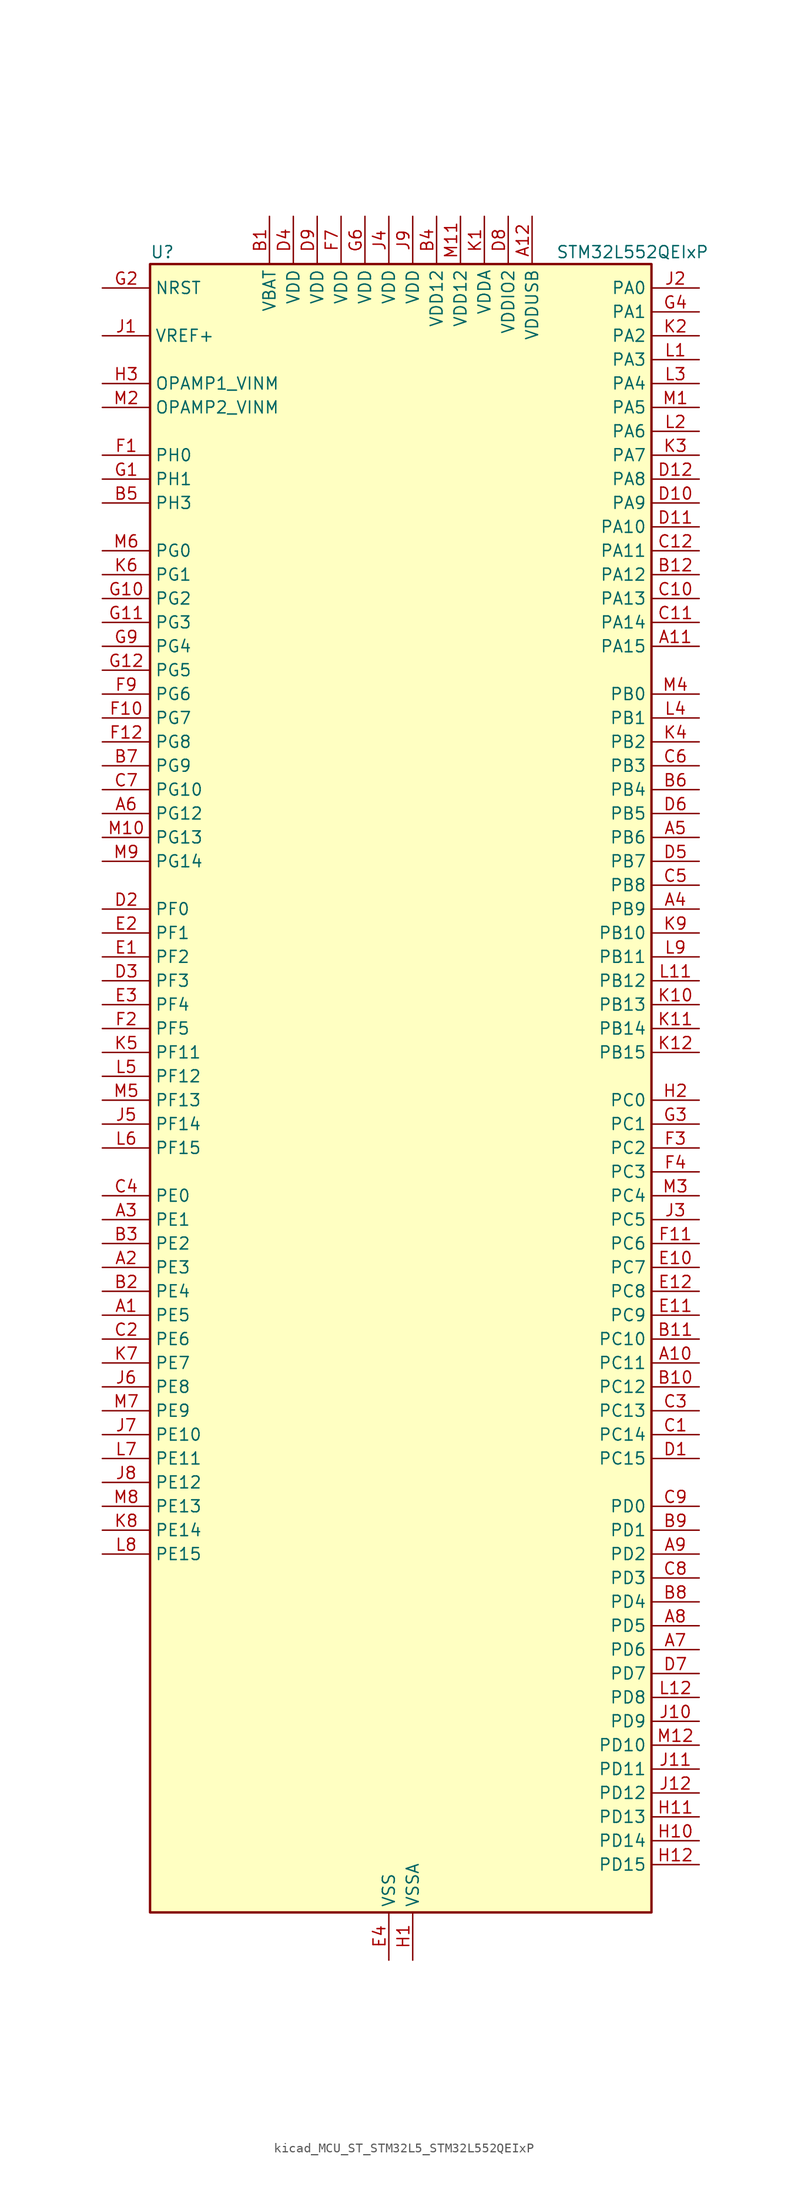
<source format=kicad_sym>
(kicad_symbol_lib
  (version 20220914)
  (generator kicad_symbol_editor)
  (symbol "kicad_MCU_ST_STM32L5_STM32L552QEIxP"
    (property "Reference" "U"
      (at -25.4 90.17 0)
      (effects (font (size 1.27 1.27)) (justify left)))
    (property "Value" "STM32L552QEIxP"
      (at 17.78 90.17 0)
      (effects (font (size 1.27 1.27)) (justify left)))
    (property "ki_locked" ""
      (at 0 0 0)
      (effects (font (size 1.27 1.27))))
    (symbol "kicad_MCU_ST_STM32L5_STM32L552QEIxP_0_1"
      (rectangle (start -25.4 -86.36) (end 27.94 88.9) (stroke (width 0.254) (type default)) (fill (type background))))
    (symbol "kicad_MCU_ST_STM32L5_STM32L552QEIxP_1_1"
      (pin bidirectional line (at -30.48 -22.86 0) (length 5.08) (name "PE5" (effects (font (size 1.27 1.27)))) (number "A1" (effects (font (size 1.27 1.27)))) (alternate "DEBUG_TRACED2" bidirectional line) (alternate "DFSDM1_CKIN3" bidirectional line) (alternate "FMC_A21" bidirectional line) (alternate "SAI1_CK2" bidirectional line) (alternate "SAI1_SCK_A" bidirectional line) (alternate "TIM3_CH3" bidirectional line) (alternate "TSC_G7_IO4" bidirectional line))
      (pin bidirectional line (at 33.02 -27.94 180) (length 5.08) (name "PC11" (effects (font (size 1.27 1.27)))) (number "A10" (effects (font (size 1.27 1.27)))) (alternate "ADC1_EXTI11" bidirectional line) (alternate "ADC2_EXTI11" bidirectional line) (alternate "LPTIM3_IN1" bidirectional line) (alternate "OCTOSPI1_NCS" bidirectional line) (alternate "SAI2_MCLK_B" bidirectional line) (alternate "SDMMC1_D3" bidirectional line) (alternate "SPI3_MISO" bidirectional line) (alternate "TSC_G3_IO3" bidirectional line) (alternate "UART4_RX" bidirectional line) (alternate "UCPD1_FRSTX2" bidirectional line) (alternate "USART3_RX" bidirectional line))
      (pin bidirectional line (at 33.02 48.26 180) (length 5.08) (name "PA15" (effects (font (size 1.27 1.27)))) (number "A11" (effects (font (size 1.27 1.27)))) (alternate "ADC1_EXTI15" bidirectional line) (alternate "ADC2_EXTI15" bidirectional line) (alternate "DEBUG_JTDI" bidirectional line) (alternate "SAI2_FS_B" bidirectional line) (alternate "SPI1_NSS" bidirectional line) (alternate "SPI3_NSS" bidirectional line) (alternate "TIM2_CH1" bidirectional line) (alternate "TIM2_ETR" bidirectional line) (alternate "UART4_DE" bidirectional line) (alternate "UART4_RTS" bidirectional line) (alternate "UCPD1_CC1" bidirectional line) (alternate "USART2_RX" bidirectional line) (alternate "USART3_DE" bidirectional line) (alternate "USART3_RTS" bidirectional line))
      (pin power_in line (at 15.24 93.98 270) (length 5.08) (name "VDDUSB" (effects (font (size 1.27 1.27)))) (number "A12" (effects (font (size 1.27 1.27)))))
      (pin bidirectional line (at -30.48 -17.78 0) (length 5.08) (name "PE3" (effects (font (size 1.27 1.27)))) (number "A2" (effects (font (size 1.27 1.27)))) (alternate "DEBUG_TRACED0" bidirectional line) (alternate "FMC_A19" bidirectional line) (alternate "OCTOSPI1_DQS" bidirectional line) (alternate "SAI1_SD_B" bidirectional line) (alternate "TIM3_CH1" bidirectional line) (alternate "TSC_G7_IO2" bidirectional line))
      (pin bidirectional line (at -30.48 -12.7 0) (length 5.08) (name "PE1" (effects (font (size 1.27 1.27)))) (number "A3" (effects (font (size 1.27 1.27)))) (alternate "FMC_NBL1" bidirectional line) (alternate "TIM17_CH1" bidirectional line))
      (pin bidirectional line (at 33.02 20.32 180) (length 5.08) (name "PB9" (effects (font (size 1.27 1.27)))) (number "A4" (effects (font (size 1.27 1.27)))) (alternate "DAC1_EXTI9" bidirectional line) (alternate "FDCAN1_TX" bidirectional line) (alternate "I2C1_SDA" bidirectional line) (alternate "IR_OUT" bidirectional line) (alternate "SAI1_D2" bidirectional line) (alternate "SAI1_FS_A" bidirectional line) (alternate "SDMMC1_CDIR" bidirectional line) (alternate "SDMMC1_D5" bidirectional line) (alternate "SPI2_NSS" bidirectional line) (alternate "TIM17_CH1" bidirectional line) (alternate "TIM4_CH4" bidirectional line))
      (pin bidirectional line (at 33.02 27.94 180) (length 5.08) (name "PB6" (effects (font (size 1.27 1.27)))) (number "A5" (effects (font (size 1.27 1.27)))) (alternate "COMP2_INP" bidirectional line) (alternate "I2C1_SCL" bidirectional line) (alternate "I2C4_SCL" bidirectional line) (alternate "LPTIM1_ETR" bidirectional line) (alternate "SAI1_FS_B" bidirectional line) (alternate "TIM16_CH1N" bidirectional line) (alternate "TIM4_CH1" bidirectional line) (alternate "TIM8_BKIN2" bidirectional line) (alternate "TSC_G2_IO3" bidirectional line) (alternate "USART1_TX" bidirectional line))
      (pin bidirectional line (at -30.48 30.48 0) (length 5.08) (name "PG12" (effects (font (size 1.27 1.27)))) (number "A6" (effects (font (size 1.27 1.27)))) (alternate "FMC_NE4" bidirectional line) (alternate "LPTIM1_ETR" bidirectional line) (alternate "SAI2_SD_A" bidirectional line) (alternate "SPI3_NSS" bidirectional line) (alternate "USART1_DE" bidirectional line) (alternate "USART1_RTS" bidirectional line))
      (pin bidirectional line (at 33.02 -58.42 180) (length 5.08) (name "PD6" (effects (font (size 1.27 1.27)))) (number "A7" (effects (font (size 1.27 1.27)))) (alternate "DFSDM1_DATIN1" bidirectional line) (alternate "FMC_NWAIT" bidirectional line) (alternate "OCTOSPI1_IO6" bidirectional line) (alternate "SAI1_D1" bidirectional line) (alternate "SAI1_SD_A" bidirectional line) (alternate "SPI3_MOSI" bidirectional line) (alternate "USART2_RX" bidirectional line))
      (pin bidirectional line (at 33.02 -55.88 180) (length 5.08) (name "PD5" (effects (font (size 1.27 1.27)))) (number "A8" (effects (font (size 1.27 1.27)))) (alternate "FMC_NWE" bidirectional line) (alternate "OCTOSPI1_IO5" bidirectional line) (alternate "USART2_TX" bidirectional line))
      (pin bidirectional line (at 33.02 -48.26 180) (length 5.08) (name "PD2" (effects (font (size 1.27 1.27)))) (number "A9" (effects (font (size 1.27 1.27)))) (alternate "DEBUG_TRACED2" bidirectional line) (alternate "SDMMC1_CMD" bidirectional line) (alternate "TIM3_ETR" bidirectional line) (alternate "TSC_SYNC" bidirectional line) (alternate "UART5_RX" bidirectional line) (alternate "USART3_DE" bidirectional line) (alternate "USART3_RTS" bidirectional line))
      (pin power_in line (at -12.7 93.98 270) (length 5.08) (name "VBAT" (effects (font (size 1.27 1.27)))) (number "B1" (effects (font (size 1.27 1.27)))))
      (pin bidirectional line (at 33.02 -30.48 180) (length 5.08) (name "PC12" (effects (font (size 1.27 1.27)))) (number "B10" (effects (font (size 1.27 1.27)))) (alternate "DEBUG_TRACED3" bidirectional line) (alternate "SAI2_SD_B" bidirectional line) (alternate "SDMMC1_CK" bidirectional line) (alternate "SPI3_MOSI" bidirectional line) (alternate "TSC_G3_IO4" bidirectional line) (alternate "UART5_TX" bidirectional line) (alternate "USART3_CK" bidirectional line))
      (pin bidirectional line (at 33.02 -25.4 180) (length 5.08) (name "PC10" (effects (font (size 1.27 1.27)))) (number "B11" (effects (font (size 1.27 1.27)))) (alternate "DEBUG_TRACED1" bidirectional line) (alternate "LPTIM3_ETR" bidirectional line) (alternate "SAI2_SCK_B" bidirectional line) (alternate "SDMMC1_D2" bidirectional line) (alternate "SPI3_SCK" bidirectional line) (alternate "TSC_G3_IO2" bidirectional line) (alternate "UART4_TX" bidirectional line) (alternate "USART3_TX" bidirectional line))
      (pin bidirectional line (at 33.02 55.88 180) (length 5.08) (name "PA12" (effects (font (size 1.27 1.27)))) (number "B12" (effects (font (size 1.27 1.27)))) (alternate "FDCAN1_TX" bidirectional line) (alternate "SPI1_MOSI" bidirectional line) (alternate "TIM1_ETR" bidirectional line) (alternate "USART1_DE" bidirectional line) (alternate "USART1_RTS" bidirectional line) (alternate "USB_DP" bidirectional line))
      (pin bidirectional line (at -30.48 -20.32 0) (length 5.08) (name "PE4" (effects (font (size 1.27 1.27)))) (number "B2" (effects (font (size 1.27 1.27)))) (alternate "DEBUG_TRACED1" bidirectional line) (alternate "DFSDM1_DATIN3" bidirectional line) (alternate "FMC_A20" bidirectional line) (alternate "SAI1_D2" bidirectional line) (alternate "SAI1_FS_A" bidirectional line) (alternate "TIM3_CH2" bidirectional line) (alternate "TSC_G7_IO3" bidirectional line))
      (pin bidirectional line (at -30.48 -15.24 0) (length 5.08) (name "PE2" (effects (font (size 1.27 1.27)))) (number "B3" (effects (font (size 1.27 1.27)))) (alternate "DEBUG_TRACECLK" bidirectional line) (alternate "FMC_A23" bidirectional line) (alternate "SAI1_CK1" bidirectional line) (alternate "SAI1_MCLK_A" bidirectional line) (alternate "TIM3_ETR" bidirectional line) (alternate "TSC_G7_IO1" bidirectional line))
      (pin power_in line (at 5.08 93.98 270) (length 5.08) (name "VDD12" (effects (font (size 1.27 1.27)))) (number "B4" (effects (font (size 1.27 1.27)))))
      (pin bidirectional line (at -30.48 63.5 0) (length 5.08) (name "PH3" (effects (font (size 1.27 1.27)))) (number "B5" (effects (font (size 1.27 1.27)))))
      (pin bidirectional line (at 33.02 33.02 180) (length 5.08) (name "PB4" (effects (font (size 1.27 1.27)))) (number "B6" (effects (font (size 1.27 1.27)))) (alternate "COMP2_INP" bidirectional line) (alternate "DEBUG_JTRST" bidirectional line) (alternate "I2C3_SDA" bidirectional line) (alternate "SAI1_MCLK_B" bidirectional line) (alternate "SPI1_MISO" bidirectional line) (alternate "SPI3_MISO" bidirectional line) (alternate "TIM17_BKIN" bidirectional line) (alternate "TIM3_CH1" bidirectional line) (alternate "TSC_G2_IO1" bidirectional line) (alternate "UART5_DE" bidirectional line) (alternate "UART5_RTS" bidirectional line) (alternate "USART1_CTS" bidirectional line) (alternate "USART1_NSS" bidirectional line))
      (pin bidirectional line (at -30.48 35.56 0) (length 5.08) (name "PG9" (effects (font (size 1.27 1.27)))) (number "B7" (effects (font (size 1.27 1.27)))) (alternate "DAC1_EXTI9" bidirectional line) (alternate "FMC_NCE" bidirectional line) (alternate "FMC_NE2" bidirectional line) (alternate "SAI2_SCK_A" bidirectional line) (alternate "SPI3_SCK" bidirectional line) (alternate "TIM15_CH1N" bidirectional line) (alternate "USART1_TX" bidirectional line))
      (pin bidirectional line (at 33.02 -53.34 180) (length 5.08) (name "PD4" (effects (font (size 1.27 1.27)))) (number "B8" (effects (font (size 1.27 1.27)))) (alternate "DFSDM1_CKIN0" bidirectional line) (alternate "FMC_NOE" bidirectional line) (alternate "OCTOSPI1_IO4" bidirectional line) (alternate "SPI2_MOSI" bidirectional line) (alternate "USART2_DE" bidirectional line) (alternate "USART2_RTS" bidirectional line))
      (pin bidirectional line (at 33.02 -45.72 180) (length 5.08) (name "PD1" (effects (font (size 1.27 1.27)))) (number "B9" (effects (font (size 1.27 1.27)))) (alternate "FDCAN1_TX" bidirectional line) (alternate "FMC_D3" bidirectional line) (alternate "FMC_DA3" bidirectional line) (alternate "SPI2_SCK" bidirectional line))
      (pin bidirectional line (at 33.02 -35.56 180) (length 5.08) (name "PC14" (effects (font (size 1.27 1.27)))) (number "C1" (effects (font (size 1.27 1.27)))) (alternate "RCC_OSC32_IN" bidirectional line))
      (pin bidirectional line (at 33.02 53.34 180) (length 5.08) (name "PA13" (effects (font (size 1.27 1.27)))) (number "C10" (effects (font (size 1.27 1.27)))) (alternate "DEBUG_JTMS-SWDIO" bidirectional line) (alternate "IR_OUT" bidirectional line) (alternate "SAI1_SD_B" bidirectional line) (alternate "USB_NOE" bidirectional line))
      (pin bidirectional line (at 33.02 50.8 180) (length 5.08) (name "PA14" (effects (font (size 1.27 1.27)))) (number "C11" (effects (font (size 1.27 1.27)))) (alternate "DEBUG_JTCK-SWCLK" bidirectional line) (alternate "I2C1_SMBA" bidirectional line) (alternate "I2C4_SMBA" bidirectional line) (alternate "LPTIM1_OUT" bidirectional line) (alternate "SAI1_FS_B" bidirectional line))
      (pin bidirectional line (at 33.02 58.42 180) (length 5.08) (name "PA11" (effects (font (size 1.27 1.27)))) (number "C12" (effects (font (size 1.27 1.27)))) (alternate "ADC1_EXTI11" bidirectional line) (alternate "ADC2_EXTI11" bidirectional line) (alternate "FDCAN1_RX" bidirectional line) (alternate "SPI1_MISO" bidirectional line) (alternate "TIM1_BKIN2" bidirectional line) (alternate "TIM1_CH4" bidirectional line) (alternate "USART1_CTS" bidirectional line) (alternate "USART1_NSS" bidirectional line) (alternate "USB_DM" bidirectional line))
      (pin bidirectional line (at -30.48 -25.4 0) (length 5.08) (name "PE6" (effects (font (size 1.27 1.27)))) (number "C2" (effects (font (size 1.27 1.27)))) (alternate "DEBUG_TRACED3" bidirectional line) (alternate "FMC_A22" bidirectional line) (alternate "PWR_WKUP3" bidirectional line) (alternate "SAI1_D1" bidirectional line) (alternate "SAI1_SD_A" bidirectional line) (alternate "TAMP_IN3" bidirectional line) (alternate "TAMP_OUT6" bidirectional line) (alternate "TIM3_CH4" bidirectional line))
      (pin bidirectional line (at 33.02 -33.02 180) (length 5.08) (name "PC13" (effects (font (size 1.27 1.27)))) (number "C3" (effects (font (size 1.27 1.27)))) (alternate "PWR_WKUP2" bidirectional line) (alternate "RTC_OUT1" bidirectional line) (alternate "RTC_TS" bidirectional line) (alternate "TAMP_IN1" bidirectional line) (alternate "TAMP_OUT2" bidirectional line))
      (pin bidirectional line (at -30.48 -10.16 0) (length 5.08) (name "PE0" (effects (font (size 1.27 1.27)))) (number "C4" (effects (font (size 1.27 1.27)))) (alternate "FMC_NBL0" bidirectional line) (alternate "TIM16_CH1" bidirectional line) (alternate "TIM4_ETR" bidirectional line))
      (pin bidirectional line (at 33.02 22.86 180) (length 5.08) (name "PB8" (effects (font (size 1.27 1.27)))) (number "C5" (effects (font (size 1.27 1.27)))) (alternate "DFSDM1_CKOUT" bidirectional line) (alternate "FDCAN1_RX" bidirectional line) (alternate "I2C1_SCL" bidirectional line) (alternate "SAI1_CK1" bidirectional line) (alternate "SAI1_MCLK_A" bidirectional line) (alternate "SDMMC1_CKIN" bidirectional line) (alternate "SDMMC1_D4" bidirectional line) (alternate "TIM16_CH1" bidirectional line) (alternate "TIM4_CH3" bidirectional line))
      (pin bidirectional line (at 33.02 35.56 180) (length 5.08) (name "PB3" (effects (font (size 1.27 1.27)))) (number "C6" (effects (font (size 1.27 1.27)))) (alternate "COMP2_INM" bidirectional line) (alternate "CRS_SYNC" bidirectional line) (alternate "DEBUG_JTDO-SWO" bidirectional line) (alternate "SAI1_SCK_B" bidirectional line) (alternate "SPI1_SCK" bidirectional line) (alternate "SPI3_SCK" bidirectional line) (alternate "TIM2_CH2" bidirectional line) (alternate "USART1_DE" bidirectional line) (alternate "USART1_RTS" bidirectional line))
      (pin bidirectional line (at -30.48 33.02 0) (length 5.08) (name "PG10" (effects (font (size 1.27 1.27)))) (number "C7" (effects (font (size 1.27 1.27)))) (alternate "FMC_NE3" bidirectional line) (alternate "LPTIM1_IN1" bidirectional line) (alternate "SAI2_FS_A" bidirectional line) (alternate "SPI3_MISO" bidirectional line) (alternate "TIM15_CH1" bidirectional line) (alternate "USART1_RX" bidirectional line))
      (pin bidirectional line (at 33.02 -50.8 180) (length 5.08) (name "PD3" (effects (font (size 1.27 1.27)))) (number "C8" (effects (font (size 1.27 1.27)))) (alternate "DFSDM1_DATIN0" bidirectional line) (alternate "FMC_CLK" bidirectional line) (alternate "SPI2_MISO" bidirectional line) (alternate "SPI2_SCK" bidirectional line) (alternate "USART2_CTS" bidirectional line) (alternate "USART2_NSS" bidirectional line))
      (pin bidirectional line (at 33.02 -43.18 180) (length 5.08) (name "PD0" (effects (font (size 1.27 1.27)))) (number "C9" (effects (font (size 1.27 1.27)))) (alternate "FDCAN1_RX" bidirectional line) (alternate "FMC_D2" bidirectional line) (alternate "FMC_DA2" bidirectional line) (alternate "SPI2_NSS" bidirectional line))
      (pin bidirectional line (at 33.02 -38.1 180) (length 5.08) (name "PC15" (effects (font (size 1.27 1.27)))) (number "D1" (effects (font (size 1.27 1.27)))) (alternate "ADC1_EXTI15" bidirectional line) (alternate "ADC2_EXTI15" bidirectional line) (alternate "RCC_OSC32_OUT" bidirectional line))
      (pin bidirectional line (at 33.02 63.5 180) (length 5.08) (name "PA9" (effects (font (size 1.27 1.27)))) (number "D10" (effects (font (size 1.27 1.27)))) (alternate "DAC1_EXTI9" bidirectional line) (alternate "SAI1_FS_A" bidirectional line) (alternate "SPI2_SCK" bidirectional line) (alternate "TIM15_BKIN" bidirectional line) (alternate "TIM1_CH2" bidirectional line) (alternate "USART1_TX" bidirectional line))
      (pin bidirectional line (at 33.02 60.96 180) (length 5.08) (name "PA10" (effects (font (size 1.27 1.27)))) (number "D11" (effects (font (size 1.27 1.27)))) (alternate "CRS_SYNC" bidirectional line) (alternate "SAI1_D1" bidirectional line) (alternate "SAI1_SD_A" bidirectional line) (alternate "TIM17_BKIN" bidirectional line) (alternate "TIM1_CH3" bidirectional line) (alternate "USART1_RX" bidirectional line))
      (pin bidirectional line (at 33.02 66.04 180) (length 5.08) (name "PA8" (effects (font (size 1.27 1.27)))) (number "D12" (effects (font (size 1.27 1.27)))) (alternate "LPTIM2_OUT" bidirectional line) (alternate "RCC_MCO" bidirectional line) (alternate "SAI1_CK2" bidirectional line) (alternate "SAI1_SCK_A" bidirectional line) (alternate "TIM1_CH1" bidirectional line) (alternate "USART1_CK" bidirectional line))
      (pin bidirectional line (at -30.48 20.32 0) (length 5.08) (name "PF0" (effects (font (size 1.27 1.27)))) (number "D2" (effects (font (size 1.27 1.27)))) (alternate "FMC_A0" bidirectional line) (alternate "I2C2_SDA" bidirectional line))
      (pin bidirectional line (at -30.48 12.7 0) (length 5.08) (name "PF3" (effects (font (size 1.27 1.27)))) (number "D3" (effects (font (size 1.27 1.27)))) (alternate "FMC_A3" bidirectional line) (alternate "LPTIM3_IN1" bidirectional line))
      (pin power_in line (at -10.16 93.98 270) (length 5.08) (name "VDD" (effects (font (size 1.27 1.27)))) (number "D4" (effects (font (size 1.27 1.27)))))
      (pin bidirectional line (at 33.02 25.4 180) (length 5.08) (name "PB7" (effects (font (size 1.27 1.27)))) (number "D5" (effects (font (size 1.27 1.27)))) (alternate "COMP2_INM" bidirectional line) (alternate "FMC_NL" bidirectional line) (alternate "I2C1_SDA" bidirectional line) (alternate "I2C4_SDA" bidirectional line) (alternate "LPTIM1_IN2" bidirectional line) (alternate "PWR_PVD_IN" bidirectional line) (alternate "TIM17_CH1N" bidirectional line) (alternate "TIM4_CH2" bidirectional line) (alternate "TIM8_BKIN" bidirectional line) (alternate "TSC_G2_IO4" bidirectional line) (alternate "UART4_CTS" bidirectional line) (alternate "USART1_RX" bidirectional line))
      (pin bidirectional line (at 33.02 30.48 180) (length 5.08) (name "PB5" (effects (font (size 1.27 1.27)))) (number "D6" (effects (font (size 1.27 1.27)))) (alternate "COMP2_OUT" bidirectional line) (alternate "I2C1_SMBA" bidirectional line) (alternate "LPTIM1_IN1" bidirectional line) (alternate "OCTOSPI1_NCLK" bidirectional line) (alternate "SAI1_SD_B" bidirectional line) (alternate "SPI1_MOSI" bidirectional line) (alternate "SPI3_MOSI" bidirectional line) (alternate "TIM16_BKIN" bidirectional line) (alternate "TIM3_CH2" bidirectional line) (alternate "TSC_G2_IO2" bidirectional line) (alternate "UART5_CTS" bidirectional line) (alternate "UCPD1_DBCC1" bidirectional line) (alternate "USART1_CK" bidirectional line))
      (pin bidirectional line (at 33.02 -60.96 180) (length 5.08) (name "PD7" (effects (font (size 1.27 1.27)))) (number "D7" (effects (font (size 1.27 1.27)))) (alternate "DFSDM1_CKIN1" bidirectional line) (alternate "FMC_NCE" bidirectional line) (alternate "FMC_NE1" bidirectional line) (alternate "OCTOSPI1_IO7" bidirectional line) (alternate "USART2_CK" bidirectional line))
      (pin power_in line (at 12.7 93.98 270) (length 5.08) (name "VDDIO2" (effects (font (size 1.27 1.27)))) (number "D8" (effects (font (size 1.27 1.27)))))
      (pin power_in line (at -7.62 93.98 270) (length 5.08) (name "VDD" (effects (font (size 1.27 1.27)))) (number "D9" (effects (font (size 1.27 1.27)))))
      (pin bidirectional line (at -30.48 15.24 0) (length 5.08) (name "PF2" (effects (font (size 1.27 1.27)))) (number "E1" (effects (font (size 1.27 1.27)))) (alternate "FMC_A2" bidirectional line) (alternate "I2C2_SMBA" bidirectional line))
      (pin bidirectional line (at 33.02 -17.78 180) (length 5.08) (name "PC7" (effects (font (size 1.27 1.27)))) (number "E10" (effects (font (size 1.27 1.27)))) (alternate "DFSDM1_DATIN3" bidirectional line) (alternate "SAI2_MCLK_B" bidirectional line) (alternate "SDMMC1_D123DIR" bidirectional line) (alternate "SDMMC1_D7" bidirectional line) (alternate "TIM3_CH2" bidirectional line) (alternate "TIM8_CH2" bidirectional line) (alternate "TSC_G4_IO2" bidirectional line))
      (pin bidirectional line (at 33.02 -22.86 180) (length 5.08) (name "PC9" (effects (font (size 1.27 1.27)))) (number "E11" (effects (font (size 1.27 1.27)))) (alternate "DAC1_EXTI9" bidirectional line) (alternate "DEBUG_TRACED0" bidirectional line) (alternate "SAI2_EXTCLK" bidirectional line) (alternate "SDMMC1_D1" bidirectional line) (alternate "TIM3_CH4" bidirectional line) (alternate "TIM8_BKIN2" bidirectional line) (alternate "TIM8_CH4" bidirectional line) (alternate "TSC_G4_IO4" bidirectional line) (alternate "USB_NOE" bidirectional line))
      (pin bidirectional line (at 33.02 -20.32 180) (length 5.08) (name "PC8" (effects (font (size 1.27 1.27)))) (number "E12" (effects (font (size 1.27 1.27)))) (alternate "SDMMC1_D0" bidirectional line) (alternate "TIM3_CH3" bidirectional line) (alternate "TIM8_CH3" bidirectional line) (alternate "TSC_G4_IO3" bidirectional line))
      (pin bidirectional line (at -30.48 17.78 0) (length 5.08) (name "PF1" (effects (font (size 1.27 1.27)))) (number "E2" (effects (font (size 1.27 1.27)))) (alternate "FMC_A1" bidirectional line) (alternate "I2C2_SCL" bidirectional line))
      (pin bidirectional line (at -30.48 10.16 0) (length 5.08) (name "PF4" (effects (font (size 1.27 1.27)))) (number "E3" (effects (font (size 1.27 1.27)))) (alternate "FMC_A4" bidirectional line) (alternate "LPTIM3_ETR" bidirectional line))
      (pin power_in line (at 0 -91.44 90) (length 5.08) (name "VSS" (effects (font (size 1.27 1.27)))) (number "E4" (effects (font (size 1.27 1.27)))))
      (pin passive line (at 0 -91.44 90) (length 5.08) hide (name "VSS" (effects (font (size 1.27 1.27)))) (number "E9" (effects (font (size 1.27 1.27)))))
      (pin bidirectional line (at -30.48 68.58 0) (length 5.08) (name "PH0" (effects (font (size 1.27 1.27)))) (number "F1" (effects (font (size 1.27 1.27)))) (alternate "RCC_OSC_IN" bidirectional line))
      (pin bidirectional line (at -30.48 40.64 0) (length 5.08) (name "PG7" (effects (font (size 1.27 1.27)))) (number "F10" (effects (font (size 1.27 1.27)))) (alternate "DFSDM1_CKOUT" bidirectional line) (alternate "FMC_INT" bidirectional line) (alternate "I2C3_SCL" bidirectional line) (alternate "LPUART1_TX" bidirectional line) (alternate "SAI1_CK1" bidirectional line) (alternate "SAI1_MCLK_A" bidirectional line) (alternate "UCPD1_FRSTX2" bidirectional line))
      (pin bidirectional line (at 33.02 -15.24 180) (length 5.08) (name "PC6" (effects (font (size 1.27 1.27)))) (number "F11" (effects (font (size 1.27 1.27)))) (alternate "DFSDM1_CKIN3" bidirectional line) (alternate "SAI2_MCLK_A" bidirectional line) (alternate "SDMMC1_D0DIR" bidirectional line) (alternate "SDMMC1_D6" bidirectional line) (alternate "TIM3_CH1" bidirectional line) (alternate "TIM8_CH1" bidirectional line) (alternate "TSC_G4_IO1" bidirectional line))
      (pin bidirectional line (at -30.48 38.1 0) (length 5.08) (name "PG8" (effects (font (size 1.27 1.27)))) (number "F12" (effects (font (size 1.27 1.27)))) (alternate "I2C3_SDA" bidirectional line) (alternate "LPUART1_RX" bidirectional line))
      (pin bidirectional line (at -30.48 7.62 0) (length 5.08) (name "PF5" (effects (font (size 1.27 1.27)))) (number "F2" (effects (font (size 1.27 1.27)))) (alternate "FMC_A5" bidirectional line) (alternate "LPTIM3_OUT" bidirectional line))
      (pin bidirectional line (at 33.02 -5.08 180) (length 5.08) (name "PC2" (effects (font (size 1.27 1.27)))) (number "F3" (effects (font (size 1.27 1.27)))) (alternate "ADC1_IN3" bidirectional line) (alternate "ADC2_IN3" bidirectional line) (alternate "DFSDM1_CKOUT" bidirectional line) (alternate "LPTIM1_IN2" bidirectional line) (alternate "OCTOSPI1_IO5" bidirectional line) (alternate "SPI2_MISO" bidirectional line))
      (pin bidirectional line (at 33.02 -7.62 180) (length 5.08) (name "PC3" (effects (font (size 1.27 1.27)))) (number "F4" (effects (font (size 1.27 1.27)))) (alternate "ADC1_IN4" bidirectional line) (alternate "ADC2_IN4" bidirectional line) (alternate "LPTIM1_ETR" bidirectional line) (alternate "LPTIM2_ETR" bidirectional line) (alternate "LPTIM3_OUT" bidirectional line) (alternate "OCTOSPI1_IO6" bidirectional line) (alternate "SAI1_D1" bidirectional line) (alternate "SAI1_SD_A" bidirectional line) (alternate "SPI2_MOSI" bidirectional line))
      (pin passive line (at 0 -91.44 90) (length 5.08) hide (name "VSS" (effects (font (size 1.27 1.27)))) (number "F6" (effects (font (size 1.27 1.27)))))
      (pin power_in line (at -5.08 93.98 270) (length 5.08) (name "VDD" (effects (font (size 1.27 1.27)))) (number "F7" (effects (font (size 1.27 1.27)))))
      (pin bidirectional line (at -30.48 43.18 0) (length 5.08) (name "PG6" (effects (font (size 1.27 1.27)))) (number "F9" (effects (font (size 1.27 1.27)))) (alternate "I2C3_SMBA" bidirectional line) (alternate "LPUART1_DE" bidirectional line) (alternate "LPUART1_RTS" bidirectional line) (alternate "OCTOSPI1_DQS" bidirectional line) (alternate "UCPD1_FRSTX1" bidirectional line))
      (pin bidirectional line (at -30.48 66.04 0) (length 5.08) (name "PH1" (effects (font (size 1.27 1.27)))) (number "G1" (effects (font (size 1.27 1.27)))) (alternate "RCC_OSC_OUT" bidirectional line))
      (pin bidirectional line (at -30.48 53.34 0) (length 5.08) (name "PG2" (effects (font (size 1.27 1.27)))) (number "G10" (effects (font (size 1.27 1.27)))) (alternate "FMC_A12" bidirectional line) (alternate "SAI2_SCK_B" bidirectional line) (alternate "SPI1_SCK" bidirectional line))
      (pin bidirectional line (at -30.48 50.8 0) (length 5.08) (name "PG3" (effects (font (size 1.27 1.27)))) (number "G11" (effects (font (size 1.27 1.27)))) (alternate "FMC_A13" bidirectional line) (alternate "SAI2_FS_B" bidirectional line) (alternate "SPI1_MISO" bidirectional line))
      (pin bidirectional line (at -30.48 45.72 0) (length 5.08) (name "PG5" (effects (font (size 1.27 1.27)))) (number "G12" (effects (font (size 1.27 1.27)))) (alternate "FMC_A15" bidirectional line) (alternate "LPUART1_CTS" bidirectional line) (alternate "SAI2_SD_B" bidirectional line) (alternate "SPI1_NSS" bidirectional line))
      (pin input line (at -30.48 86.36 0) (length 5.08) (name "NRST" (effects (font (size 1.27 1.27)))) (number "G2" (effects (font (size 1.27 1.27)))))
      (pin bidirectional line (at 33.02 -2.54 180) (length 5.08) (name "PC1" (effects (font (size 1.27 1.27)))) (number "G3" (effects (font (size 1.27 1.27)))) (alternate "ADC1_IN2" bidirectional line) (alternate "ADC2_IN2" bidirectional line) (alternate "DEBUG_TRACED0" bidirectional line) (alternate "I2C3_SDA" bidirectional line) (alternate "LPTIM1_OUT" bidirectional line) (alternate "LPUART1_TX" bidirectional line) (alternate "OCTOSPI1_IO4" bidirectional line) (alternate "SAI1_SD_A" bidirectional line) (alternate "SPI2_MOSI" bidirectional line))
      (pin bidirectional line (at 33.02 83.82 180) (length 5.08) (name "PA1" (effects (font (size 1.27 1.27)))) (number "G4" (effects (font (size 1.27 1.27)))) (alternate "ADC1_IN6" bidirectional line) (alternate "ADC2_IN6" bidirectional line) (alternate "I2C1_SMBA" bidirectional line) (alternate "OCTOSPI1_DQS" bidirectional line) (alternate "OPAMP1_VINM" bidirectional line) (alternate "SPI1_SCK" bidirectional line) (alternate "TAMP_IN5" bidirectional line) (alternate "TAMP_OUT4" bidirectional line) (alternate "TIM15_CH1N" bidirectional line) (alternate "TIM2_CH2" bidirectional line) (alternate "TIM5_CH2" bidirectional line) (alternate "UART4_RX" bidirectional line) (alternate "USART2_DE" bidirectional line) (alternate "USART2_RTS" bidirectional line))
      (pin power_in line (at -2.54 93.98 270) (length 5.08) (name "VDD" (effects (font (size 1.27 1.27)))) (number "G6" (effects (font (size 1.27 1.27)))))
      (pin passive line (at 0 -91.44 90) (length 5.08) hide (name "VSS" (effects (font (size 1.27 1.27)))) (number "G7" (effects (font (size 1.27 1.27)))))
      (pin bidirectional line (at -30.48 48.26 0) (length 5.08) (name "PG4" (effects (font (size 1.27 1.27)))) (number "G9" (effects (font (size 1.27 1.27)))) (alternate "FMC_A14" bidirectional line) (alternate "SAI2_MCLK_B" bidirectional line) (alternate "SPI1_MOSI" bidirectional line))
      (pin power_in line (at 2.54 -91.44 90) (length 5.08) (name "VSSA" (effects (font (size 1.27 1.27)))) (number "H1" (effects (font (size 1.27 1.27)))))
      (pin bidirectional line (at 33.02 -78.74 180) (length 5.08) (name "PD14" (effects (font (size 1.27 1.27)))) (number "H10" (effects (font (size 1.27 1.27)))) (alternate "FMC_D0" bidirectional line) (alternate "FMC_DA0" bidirectional line) (alternate "TIM4_CH3" bidirectional line))
      (pin bidirectional line (at 33.02 -76.2 180) (length 5.08) (name "PD13" (effects (font (size 1.27 1.27)))) (number "H11" (effects (font (size 1.27 1.27)))) (alternate "FMC_A18" bidirectional line) (alternate "I2C4_SDA" bidirectional line) (alternate "LPTIM2_OUT" bidirectional line) (alternate "TIM4_CH2" bidirectional line) (alternate "TSC_G6_IO4" bidirectional line))
      (pin bidirectional line (at 33.02 -81.28 180) (length 5.08) (name "PD15" (effects (font (size 1.27 1.27)))) (number "H12" (effects (font (size 1.27 1.27)))) (alternate "ADC1_EXTI15" bidirectional line) (alternate "ADC2_EXTI15" bidirectional line) (alternate "FMC_D1" bidirectional line) (alternate "FMC_DA1" bidirectional line) (alternate "TIM4_CH4" bidirectional line))
      (pin bidirectional line (at 33.02 0 180) (length 5.08) (name "PC0" (effects (font (size 1.27 1.27)))) (number "H2" (effects (font (size 1.27 1.27)))) (alternate "ADC1_IN1" bidirectional line) (alternate "ADC2_IN1" bidirectional line) (alternate "I2C3_SCL" bidirectional line) (alternate "LPTIM1_IN1" bidirectional line) (alternate "LPTIM2_IN1" bidirectional line) (alternate "LPUART1_RX" bidirectional line) (alternate "OCTOSPI1_IO7" bidirectional line) (alternate "SAI2_FS_A" bidirectional line) (alternate "SDMMC1_D5" bidirectional line))
      (pin bidirectional line (at -30.48 76.2 0) (length 5.08) (name "OPAMP1_VINM" (effects (font (size 1.27 1.27)))) (number "H3" (effects (font (size 1.27 1.27)))) (alternate "OPAMP1_VINM" bidirectional line))
      (pin passive line (at 0 -91.44 90) (length 5.08) hide (name "VSS" (effects (font (size 1.27 1.27)))) (number "H4" (effects (font (size 1.27 1.27)))))
      (pin passive line (at 0 -91.44 90) (length 5.08) hide (name "VSS" (effects (font (size 1.27 1.27)))) (number "H9" (effects (font (size 1.27 1.27)))))
      (pin input line (at -30.48 81.28 0) (length 5.08) (name "VREF+" (effects (font (size 1.27 1.27)))) (number "J1" (effects (font (size 1.27 1.27)))))
      (pin bidirectional line (at 33.02 -66.04 180) (length 5.08) (name "PD9" (effects (font (size 1.27 1.27)))) (number "J10" (effects (font (size 1.27 1.27)))) (alternate "DAC1_EXTI9" bidirectional line) (alternate "FMC_D14" bidirectional line) (alternate "FMC_DA14" bidirectional line) (alternate "SAI2_MCLK_A" bidirectional line) (alternate "USART3_RX" bidirectional line))
      (pin bidirectional line (at 33.02 -71.12 180) (length 5.08) (name "PD11" (effects (font (size 1.27 1.27)))) (number "J11" (effects (font (size 1.27 1.27)))) (alternate "ADC1_EXTI11" bidirectional line) (alternate "ADC2_EXTI11" bidirectional line) (alternate "FMC_A16" bidirectional line) (alternate "FMC_CLE" bidirectional line) (alternate "I2C4_SMBA" bidirectional line) (alternate "LPTIM2_ETR" bidirectional line) (alternate "SAI2_SD_A" bidirectional line) (alternate "TSC_G6_IO2" bidirectional line) (alternate "USART3_CTS" bidirectional line) (alternate "USART3_NSS" bidirectional line))
      (pin bidirectional line (at 33.02 -73.66 180) (length 5.08) (name "PD12" (effects (font (size 1.27 1.27)))) (number "J12" (effects (font (size 1.27 1.27)))) (alternate "FMC_A17" bidirectional line) (alternate "FMC_ALE" bidirectional line) (alternate "I2C4_SCL" bidirectional line) (alternate "LPTIM2_IN1" bidirectional line) (alternate "SAI2_FS_A" bidirectional line) (alternate "TIM4_CH1" bidirectional line) (alternate "TSC_G6_IO3" bidirectional line) (alternate "USART3_DE" bidirectional line) (alternate "USART3_RTS" bidirectional line))
      (pin bidirectional line (at 33.02 86.36 180) (length 5.08) (name "PA0" (effects (font (size 1.27 1.27)))) (number "J2" (effects (font (size 1.27 1.27)))) (alternate "ADC1_IN5" bidirectional line) (alternate "ADC2_IN5" bidirectional line) (alternate "OPAMP1_VINP" bidirectional line) (alternate "PWR_WKUP1" bidirectional line) (alternate "SAI1_EXTCLK" bidirectional line) (alternate "TAMP_IN2" bidirectional line) (alternate "TAMP_OUT1" bidirectional line) (alternate "TIM2_CH1" bidirectional line) (alternate "TIM2_ETR" bidirectional line) (alternate "TIM5_CH1" bidirectional line) (alternate "TIM8_ETR" bidirectional line) (alternate "UART4_TX" bidirectional line) (alternate "USART2_CTS" bidirectional line) (alternate "USART2_NSS" bidirectional line))
      (pin bidirectional line (at 33.02 -12.7 180) (length 5.08) (name "PC5" (effects (font (size 1.27 1.27)))) (number "J3" (effects (font (size 1.27 1.27)))) (alternate "ADC1_IN14" bidirectional line) (alternate "ADC2_IN14" bidirectional line) (alternate "COMP1_INP" bidirectional line) (alternate "PWR_WKUP5" bidirectional line) (alternate "SAI1_D3" bidirectional line) (alternate "TAMP_IN4" bidirectional line) (alternate "TAMP_OUT5" bidirectional line) (alternate "USART3_RX" bidirectional line))
      (pin power_in line (at 0 93.98 270) (length 5.08) (name "VDD" (effects (font (size 1.27 1.27)))) (number "J4" (effects (font (size 1.27 1.27)))))
      (pin bidirectional line (at -30.48 -2.54 0) (length 5.08) (name "PF14" (effects (font (size 1.27 1.27)))) (number "J5" (effects (font (size 1.27 1.27)))) (alternate "FMC_A8" bidirectional line) (alternate "I2C4_SCL" bidirectional line) (alternate "TSC_G8_IO1" bidirectional line))
      (pin bidirectional line (at -30.48 -30.48 0) (length 5.08) (name "PE8" (effects (font (size 1.27 1.27)))) (number "J6" (effects (font (size 1.27 1.27)))) (alternate "DFSDM1_CKIN2" bidirectional line) (alternate "FMC_D5" bidirectional line) (alternate "FMC_DA5" bidirectional line) (alternate "SAI1_SCK_B" bidirectional line) (alternate "TIM1_CH1N" bidirectional line))
      (pin bidirectional line (at -30.48 -35.56 0) (length 5.08) (name "PE10" (effects (font (size 1.27 1.27)))) (number "J7" (effects (font (size 1.27 1.27)))) (alternate "FMC_D7" bidirectional line) (alternate "FMC_DA7" bidirectional line) (alternate "OCTOSPI1_CLK" bidirectional line) (alternate "SAI1_MCLK_B" bidirectional line) (alternate "TIM1_CH2N" bidirectional line) (alternate "TSC_G5_IO1" bidirectional line))
      (pin bidirectional line (at -30.48 -40.64 0) (length 5.08) (name "PE12" (effects (font (size 1.27 1.27)))) (number "J8" (effects (font (size 1.27 1.27)))) (alternate "FMC_D9" bidirectional line) (alternate "FMC_DA9" bidirectional line) (alternate "OCTOSPI1_IO0" bidirectional line) (alternate "SPI1_NSS" bidirectional line) (alternate "TIM1_CH3N" bidirectional line) (alternate "TSC_G5_IO3" bidirectional line))
      (pin power_in line (at 2.54 93.98 270) (length 5.08) (name "VDD" (effects (font (size 1.27 1.27)))) (number "J9" (effects (font (size 1.27 1.27)))))
      (pin power_in line (at 10.16 93.98 270) (length 5.08) (name "VDDA" (effects (font (size 1.27 1.27)))) (number "K1" (effects (font (size 1.27 1.27)))))
      (pin bidirectional line (at 33.02 10.16 180) (length 5.08) (name "PB13" (effects (font (size 1.27 1.27)))) (number "K10" (effects (font (size 1.27 1.27)))) (alternate "DFSDM1_CKIN1" bidirectional line) (alternate "I2C2_SCL" bidirectional line) (alternate "LPTIM3_IN1" bidirectional line) (alternate "LPUART1_CTS" bidirectional line) (alternate "SAI2_SCK_A" bidirectional line) (alternate "SPI2_SCK" bidirectional line) (alternate "TIM15_CH1N" bidirectional line) (alternate "TIM1_CH1N" bidirectional line) (alternate "TSC_G1_IO2" bidirectional line) (alternate "UCPD1_FRSTX2" bidirectional line) (alternate "USART3_CTS" bidirectional line) (alternate "USART3_NSS" bidirectional line))
      (pin bidirectional line (at 33.02 7.62 180) (length 5.08) (name "PB14" (effects (font (size 1.27 1.27)))) (number "K11" (effects (font (size 1.27 1.27)))) (alternate "DFSDM1_DATIN2" bidirectional line) (alternate "I2C2_SDA" bidirectional line) (alternate "LPTIM3_ETR" bidirectional line) (alternate "SAI2_MCLK_A" bidirectional line) (alternate "SPI2_MISO" bidirectional line) (alternate "TIM15_CH1" bidirectional line) (alternate "TIM1_CH2N" bidirectional line) (alternate "TIM8_CH2N" bidirectional line) (alternate "TSC_G1_IO3" bidirectional line) (alternate "UCPD1_DBCC2" bidirectional line) (alternate "USART3_DE" bidirectional line) (alternate "USART3_RTS" bidirectional line))
      (pin bidirectional line (at 33.02 5.08 180) (length 5.08) (name "PB15" (effects (font (size 1.27 1.27)))) (number "K12" (effects (font (size 1.27 1.27)))) (alternate "ADC1_EXTI15" bidirectional line) (alternate "ADC2_EXTI15" bidirectional line) (alternate "DFSDM1_CKIN2" bidirectional line) (alternate "RTC_REFIN" bidirectional line) (alternate "SAI2_SD_A" bidirectional line) (alternate "SPI2_MOSI" bidirectional line) (alternate "TIM15_CH2" bidirectional line) (alternate "TIM1_CH3N" bidirectional line) (alternate "TIM8_CH3N" bidirectional line) (alternate "UCPD1_CC2" bidirectional line))
      (pin bidirectional line (at 33.02 81.28 180) (length 5.08) (name "PA2" (effects (font (size 1.27 1.27)))) (number "K2" (effects (font (size 1.27 1.27)))) (alternate "ADC1_IN7" bidirectional line) (alternate "ADC2_IN7" bidirectional line) (alternate "COMP1_INP" bidirectional line) (alternate "LPUART1_TX" bidirectional line) (alternate "OCTOSPI1_NCS" bidirectional line) (alternate "PWR_WKUP4" bidirectional line) (alternate "RCC_LSCO" bidirectional line) (alternate "SAI2_EXTCLK" bidirectional line) (alternate "TIM15_CH1" bidirectional line) (alternate "TIM2_CH3" bidirectional line) (alternate "TIM5_CH3" bidirectional line) (alternate "UCPD1_FRSTX1" bidirectional line) (alternate "USART2_TX" bidirectional line))
      (pin bidirectional line (at 33.02 68.58 180) (length 5.08) (name "PA7" (effects (font (size 1.27 1.27)))) (number "K3" (effects (font (size 1.27 1.27)))) (alternate "ADC1_IN12" bidirectional line) (alternate "ADC2_IN12" bidirectional line) (alternate "I2C3_SCL" bidirectional line) (alternate "OCTOSPI1_IO2" bidirectional line) (alternate "OPAMP2_VINM" bidirectional line) (alternate "SPI1_MOSI" bidirectional line) (alternate "TIM17_CH1" bidirectional line) (alternate "TIM1_CH1N" bidirectional line) (alternate "TIM3_CH2" bidirectional line) (alternate "TIM8_CH1N" bidirectional line))
      (pin bidirectional line (at 33.02 38.1 180) (length 5.08) (name "PB2" (effects (font (size 1.27 1.27)))) (number "K4" (effects (font (size 1.27 1.27)))) (alternate "COMP1_INP" bidirectional line) (alternate "DFSDM1_CKIN0" bidirectional line) (alternate "I2C3_SMBA" bidirectional line) (alternate "LPTIM1_OUT" bidirectional line) (alternate "OCTOSPI1_DQS" bidirectional line) (alternate "RTC_OUT2" bidirectional line) (alternate "UCPD1_FRSTX1" bidirectional line))
      (pin bidirectional line (at -30.48 5.08 0) (length 5.08) (name "PF11" (effects (font (size 1.27 1.27)))) (number "K5" (effects (font (size 1.27 1.27)))) (alternate "ADC1_EXTI11" bidirectional line) (alternate "ADC2_EXTI11" bidirectional line) (alternate "OCTOSPI1_NCLK" bidirectional line))
      (pin bidirectional line (at -30.48 55.88 0) (length 5.08) (name "PG1" (effects (font (size 1.27 1.27)))) (number "K6" (effects (font (size 1.27 1.27)))) (alternate "FMC_A11" bidirectional line) (alternate "TSC_G8_IO4" bidirectional line))
      (pin bidirectional line (at -30.48 -27.94 0) (length 5.08) (name "PE7" (effects (font (size 1.27 1.27)))) (number "K7" (effects (font (size 1.27 1.27)))) (alternate "DFSDM1_DATIN2" bidirectional line) (alternate "FMC_D4" bidirectional line) (alternate "FMC_DA4" bidirectional line) (alternate "SAI1_SD_B" bidirectional line) (alternate "TIM1_ETR" bidirectional line))
      (pin bidirectional line (at -30.48 -45.72 0) (length 5.08) (name "PE14" (effects (font (size 1.27 1.27)))) (number "K8" (effects (font (size 1.27 1.27)))) (alternate "FMC_D11" bidirectional line) (alternate "FMC_DA11" bidirectional line) (alternate "OCTOSPI1_IO2" bidirectional line) (alternate "SPI1_MISO" bidirectional line) (alternate "TIM1_BKIN2" bidirectional line) (alternate "TIM1_CH4" bidirectional line))
      (pin bidirectional line (at 33.02 17.78 180) (length 5.08) (name "PB10" (effects (font (size 1.27 1.27)))) (number "K9" (effects (font (size 1.27 1.27)))) (alternate "COMP1_OUT" bidirectional line) (alternate "I2C2_SCL" bidirectional line) (alternate "I2C4_SCL" bidirectional line) (alternate "LPTIM3_OUT" bidirectional line) (alternate "LPUART1_RX" bidirectional line) (alternate "OCTOSPI1_CLK" bidirectional line) (alternate "SAI1_SCK_A" bidirectional line) (alternate "SPI2_SCK" bidirectional line) (alternate "TIM2_CH3" bidirectional line) (alternate "TSC_SYNC" bidirectional line) (alternate "USART3_TX" bidirectional line))
      (pin bidirectional line (at 33.02 78.74 180) (length 5.08) (name "PA3" (effects (font (size 1.27 1.27)))) (number "L1" (effects (font (size 1.27 1.27)))) (alternate "ADC1_IN8" bidirectional line) (alternate "ADC2_IN8" bidirectional line) (alternate "LPUART1_RX" bidirectional line) (alternate "OCTOSPI1_CLK" bidirectional line) (alternate "OPAMP1_VOUT" bidirectional line) (alternate "SAI1_CK1" bidirectional line) (alternate "SAI1_MCLK_A" bidirectional line) (alternate "TIM15_CH2" bidirectional line) (alternate "TIM2_CH4" bidirectional line) (alternate "TIM5_CH4" bidirectional line) (alternate "USART2_RX" bidirectional line))
      (pin passive line (at 0 -91.44 90) (length 5.08) hide (name "VSS" (effects (font (size 1.27 1.27)))) (number "L10" (effects (font (size 1.27 1.27)))))
      (pin bidirectional line (at 33.02 12.7 180) (length 5.08) (name "PB12" (effects (font (size 1.27 1.27)))) (number "L11" (effects (font (size 1.27 1.27)))) (alternate "DFSDM1_DATIN1" bidirectional line) (alternate "I2C2_SMBA" bidirectional line) (alternate "LPUART1_DE" bidirectional line) (alternate "LPUART1_RTS" bidirectional line) (alternate "OCTOSPI1_NCLK" bidirectional line) (alternate "SAI2_FS_A" bidirectional line) (alternate "SPI2_NSS" bidirectional line) (alternate "TIM15_BKIN" bidirectional line) (alternate "TIM1_BKIN" bidirectional line) (alternate "TSC_G1_IO1" bidirectional line) (alternate "USART3_CK" bidirectional line))
      (pin bidirectional line (at 33.02 -63.5 180) (length 5.08) (name "PD8" (effects (font (size 1.27 1.27)))) (number "L12" (effects (font (size 1.27 1.27)))) (alternate "FMC_D13" bidirectional line) (alternate "FMC_DA13" bidirectional line) (alternate "USART3_TX" bidirectional line))
      (pin bidirectional line (at 33.02 71.12 180) (length 5.08) (name "PA6" (effects (font (size 1.27 1.27)))) (number "L2" (effects (font (size 1.27 1.27)))) (alternate "ADC1_IN11" bidirectional line) (alternate "ADC2_IN11" bidirectional line) (alternate "LPUART1_CTS" bidirectional line) (alternate "OCTOSPI1_IO3" bidirectional line) (alternate "OPAMP2_VINP" bidirectional line) (alternate "SPI1_MISO" bidirectional line) (alternate "TIM16_CH1" bidirectional line) (alternate "TIM1_BKIN" bidirectional line) (alternate "TIM3_CH1" bidirectional line) (alternate "TIM8_BKIN" bidirectional line) (alternate "USART3_CTS" bidirectional line) (alternate "USART3_NSS" bidirectional line))
      (pin bidirectional line (at 33.02 76.2 180) (length 5.08) (name "PA4" (effects (font (size 1.27 1.27)))) (number "L3" (effects (font (size 1.27 1.27)))) (alternate "ADC1_IN9" bidirectional line) (alternate "ADC2_IN9" bidirectional line) (alternate "DAC1_OUT1" bidirectional line) (alternate "LPTIM2_OUT" bidirectional line) (alternate "OCTOSPI1_NCS" bidirectional line) (alternate "SAI1_FS_B" bidirectional line) (alternate "SPI1_NSS" bidirectional line) (alternate "SPI3_NSS" bidirectional line) (alternate "USART2_CK" bidirectional line))
      (pin bidirectional line (at 33.02 40.64 180) (length 5.08) (name "PB1" (effects (font (size 1.27 1.27)))) (number "L4" (effects (font (size 1.27 1.27)))) (alternate "ADC1_IN16" bidirectional line) (alternate "ADC2_IN16" bidirectional line) (alternate "COMP1_INM" bidirectional line) (alternate "DFSDM1_DATIN0" bidirectional line) (alternate "LPTIM2_IN1" bidirectional line) (alternate "LPUART1_DE" bidirectional line) (alternate "LPUART1_RTS" bidirectional line) (alternate "OCTOSPI1_IO0" bidirectional line) (alternate "TIM1_CH3N" bidirectional line) (alternate "TIM3_CH4" bidirectional line) (alternate "TIM8_CH3N" bidirectional line) (alternate "USART3_DE" bidirectional line) (alternate "USART3_RTS" bidirectional line))
      (pin bidirectional line (at -30.48 2.54 0) (length 5.08) (name "PF12" (effects (font (size 1.27 1.27)))) (number "L5" (effects (font (size 1.27 1.27)))) (alternate "FMC_A6" bidirectional line))
      (pin bidirectional line (at -30.48 -5.08 0) (length 5.08) (name "PF15" (effects (font (size 1.27 1.27)))) (number "L6" (effects (font (size 1.27 1.27)))) (alternate "ADC1_EXTI15" bidirectional line) (alternate "ADC2_EXTI15" bidirectional line) (alternate "FMC_A9" bidirectional line) (alternate "I2C4_SDA" bidirectional line) (alternate "TSC_G8_IO2" bidirectional line))
      (pin bidirectional line (at -30.48 -38.1 0) (length 5.08) (name "PE11" (effects (font (size 1.27 1.27)))) (number "L7" (effects (font (size 1.27 1.27)))) (alternate "ADC1_EXTI11" bidirectional line) (alternate "ADC2_EXTI11" bidirectional line) (alternate "FMC_D8" bidirectional line) (alternate "FMC_DA8" bidirectional line) (alternate "OCTOSPI1_NCS" bidirectional line) (alternate "TIM1_CH2" bidirectional line) (alternate "TSC_G5_IO2" bidirectional line))
      (pin bidirectional line (at -30.48 -48.26 0) (length 5.08) (name "PE15" (effects (font (size 1.27 1.27)))) (number "L8" (effects (font (size 1.27 1.27)))) (alternate "ADC1_EXTI15" bidirectional line) (alternate "ADC2_EXTI15" bidirectional line) (alternate "FMC_D12" bidirectional line) (alternate "FMC_DA12" bidirectional line) (alternate "OCTOSPI1_IO3" bidirectional line) (alternate "SPI1_MOSI" bidirectional line) (alternate "TIM1_BKIN" bidirectional line))
      (pin bidirectional line (at 33.02 15.24 180) (length 5.08) (name "PB11" (effects (font (size 1.27 1.27)))) (number "L9" (effects (font (size 1.27 1.27)))) (alternate "ADC1_EXTI11" bidirectional line) (alternate "ADC2_EXTI11" bidirectional line) (alternate "COMP2_OUT" bidirectional line) (alternate "I2C2_SDA" bidirectional line) (alternate "I2C4_SDA" bidirectional line) (alternate "LPUART1_TX" bidirectional line) (alternate "OCTOSPI1_NCS" bidirectional line) (alternate "TIM2_CH4" bidirectional line) (alternate "USART3_RX" bidirectional line))
      (pin bidirectional line (at 33.02 73.66 180) (length 5.08) (name "PA5" (effects (font (size 1.27 1.27)))) (number "M1" (effects (font (size 1.27 1.27)))) (alternate "ADC1_IN10" bidirectional line) (alternate "ADC2_IN10" bidirectional line) (alternate "DAC1_OUT2" bidirectional line) (alternate "LPTIM2_ETR" bidirectional line) (alternate "SPI1_SCK" bidirectional line) (alternate "TIM2_CH1" bidirectional line) (alternate "TIM2_ETR" bidirectional line) (alternate "TIM8_CH1N" bidirectional line))
      (pin bidirectional line (at -30.48 27.94 0) (length 5.08) (name "PG13" (effects (font (size 1.27 1.27)))) (number "M10" (effects (font (size 1.27 1.27)))) (alternate "FMC_A24" bidirectional line) (alternate "I2C1_SDA" bidirectional line) (alternate "USART1_CK" bidirectional line))
      (pin power_in line (at 7.62 93.98 270) (length 5.08) (name "VDD12" (effects (font (size 1.27 1.27)))) (number "M11" (effects (font (size 1.27 1.27)))))
      (pin bidirectional line (at 33.02 -68.58 180) (length 5.08) (name "PD10" (effects (font (size 1.27 1.27)))) (number "M12" (effects (font (size 1.27 1.27)))) (alternate "FMC_D15" bidirectional line) (alternate "FMC_DA15" bidirectional line) (alternate "SAI2_SCK_A" bidirectional line) (alternate "TSC_G6_IO1" bidirectional line) (alternate "USART3_CK" bidirectional line))
      (pin bidirectional line (at -30.48 73.66 0) (length 5.08) (name "OPAMP2_VINM" (effects (font (size 1.27 1.27)))) (number "M2" (effects (font (size 1.27 1.27)))) (alternate "OPAMP2_VINM" bidirectional line))
      (pin bidirectional line (at 33.02 -10.16 180) (length 5.08) (name "PC4" (effects (font (size 1.27 1.27)))) (number "M3" (effects (font (size 1.27 1.27)))) (alternate "ADC1_IN13" bidirectional line) (alternate "ADC2_IN13" bidirectional line) (alternate "COMP1_INM" bidirectional line) (alternate "OCTOSPI1_IO7" bidirectional line) (alternate "USART3_TX" bidirectional line))
      (pin bidirectional line (at 33.02 43.18 180) (length 5.08) (name "PB0" (effects (font (size 1.27 1.27)))) (number "M4" (effects (font (size 1.27 1.27)))) (alternate "ADC1_IN15" bidirectional line) (alternate "ADC2_IN15" bidirectional line) (alternate "COMP1_OUT" bidirectional line) (alternate "OCTOSPI1_IO1" bidirectional line) (alternate "OPAMP2_VOUT" bidirectional line) (alternate "SAI1_EXTCLK" bidirectional line) (alternate "SPI1_NSS" bidirectional line) (alternate "TIM1_CH2N" bidirectional line) (alternate "TIM3_CH3" bidirectional line) (alternate "TIM8_CH2N" bidirectional line) (alternate "USART3_CK" bidirectional line))
      (pin bidirectional line (at -30.48 0 0) (length 5.08) (name "PF13" (effects (font (size 1.27 1.27)))) (number "M5" (effects (font (size 1.27 1.27)))) (alternate "FMC_A7" bidirectional line) (alternate "I2C4_SMBA" bidirectional line))
      (pin bidirectional line (at -30.48 58.42 0) (length 5.08) (name "PG0" (effects (font (size 1.27 1.27)))) (number "M6" (effects (font (size 1.27 1.27)))) (alternate "FMC_A10" bidirectional line) (alternate "TSC_G8_IO3" bidirectional line))
      (pin bidirectional line (at -30.48 -33.02 0) (length 5.08) (name "PE9" (effects (font (size 1.27 1.27)))) (number "M7" (effects (font (size 1.27 1.27)))) (alternate "DAC1_EXTI9" bidirectional line) (alternate "DFSDM1_CKOUT" bidirectional line) (alternate "FMC_D6" bidirectional line) (alternate "FMC_DA6" bidirectional line) (alternate "OCTOSPI1_NCLK" bidirectional line) (alternate "SAI1_FS_B" bidirectional line) (alternate "TIM1_CH1" bidirectional line))
      (pin bidirectional line (at -30.48 -43.18 0) (length 5.08) (name "PE13" (effects (font (size 1.27 1.27)))) (number "M8" (effects (font (size 1.27 1.27)))) (alternate "FMC_D10" bidirectional line) (alternate "FMC_DA10" bidirectional line) (alternate "OCTOSPI1_IO1" bidirectional line) (alternate "SPI1_SCK" bidirectional line) (alternate "TIM1_CH3" bidirectional line) (alternate "TSC_G5_IO4" bidirectional line))
      (pin bidirectional line (at -30.48 25.4 0) (length 5.08) (name "PG14" (effects (font (size 1.27 1.27)))) (number "M9" (effects (font (size 1.27 1.27)))) (alternate "FMC_A25" bidirectional line) (alternate "I2C1_SCL" bidirectional line)))))
</source>
